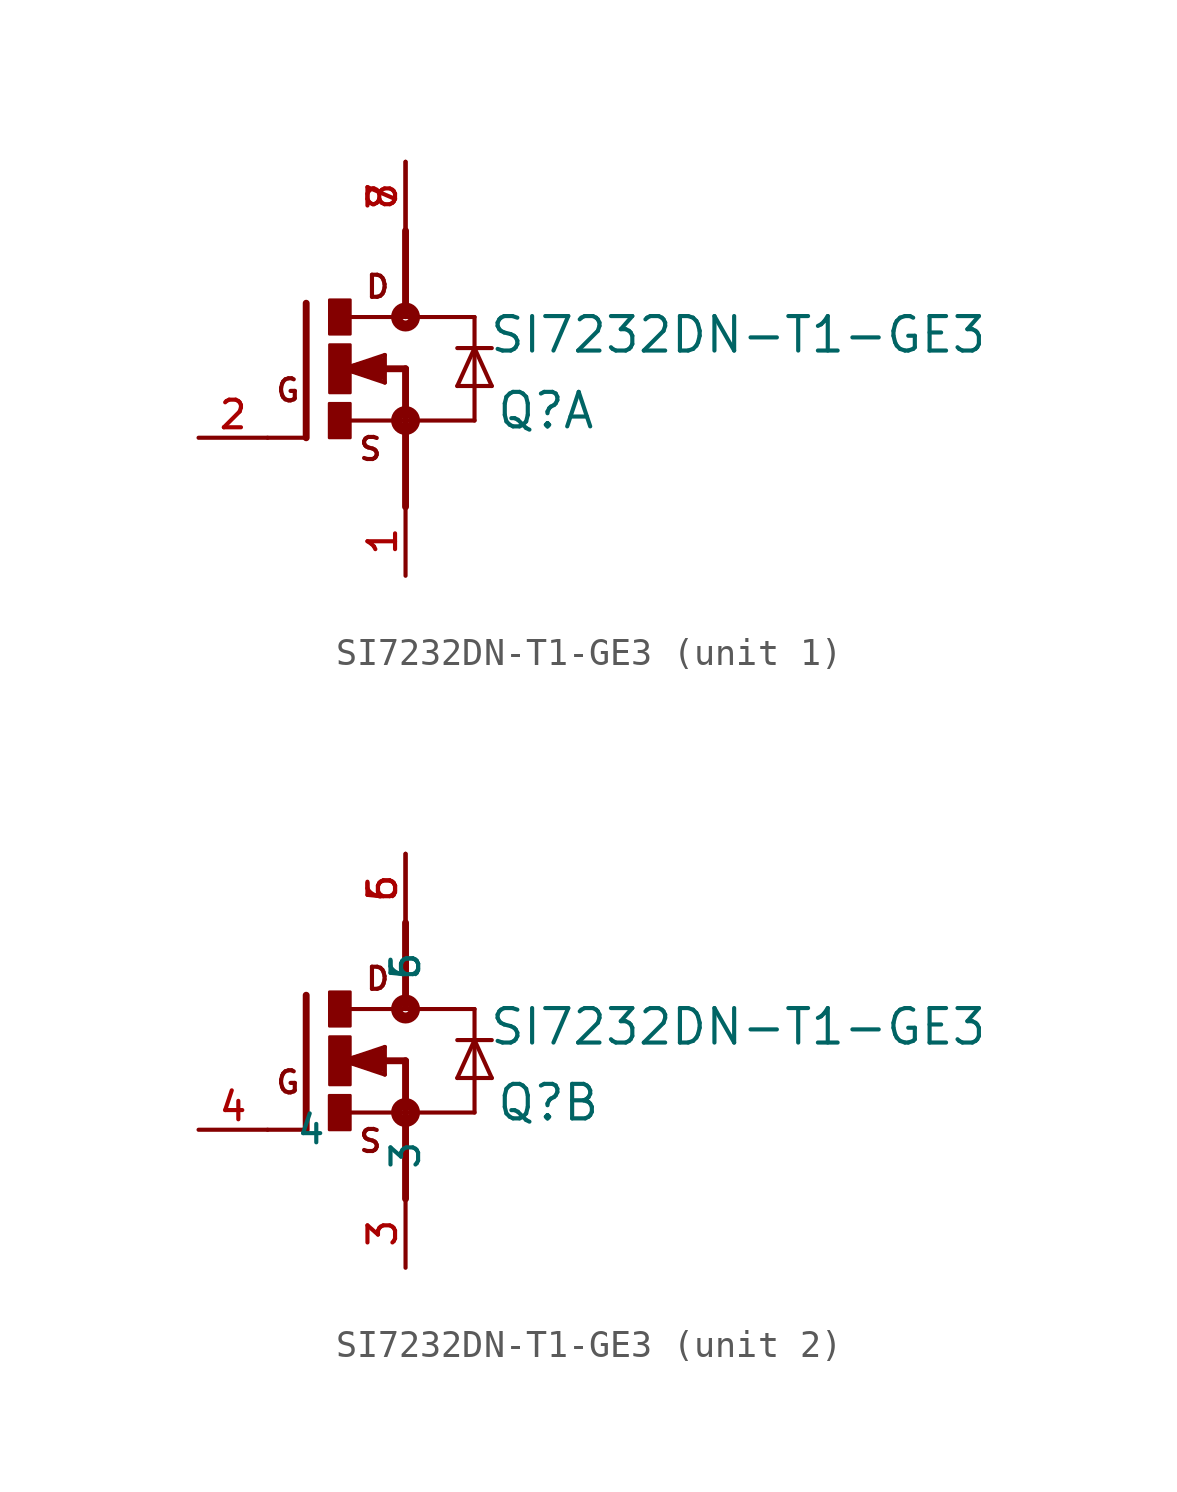
<source format=kicad_sym>
(kicad_symbol_lib
  (version 20231120)
  (generator "kicad_symbol_editor")
  (generator_version "8.0")
  (symbol "SI7232DN-T1-GE3"
    (pin_names
      (offset 1.016))
    (property "Reference" "Q"
      (at -4.308 -2.284 0)
      (effects (font (size 1.27 1.27)) (justify left bottom)))
    (property "Value" "SI7232DN-T1-GE3"
      (at -4.572 0.508 0)
      (effects (font (size 1.27 1.27)) (justify left bottom)))
    (property "ki_locked" ""
      (at 0 0 0)
      (effects (font (size 1.27 1.27))))
    (symbol "SI7232DN-T1-GE3_0_0"
      (rectangle (start -10.432 -2.545) (end -9.652 -1.27) (stroke (width 0.1) (type default)) (fill (type outline)))
      (rectangle (start -10.425 1.271) (end -9.652 2.54) (stroke (width 0.1) (type default)) (fill (type outline)))
      (rectangle (start -10.42 -0.889) (end -9.652 0.889) (stroke (width 0.1) (type default)) (fill (type outline)))
      (circle (center -7.62 -1.905) (radius 0.127) (stroke (width 0.406) (type default)) (fill (type none)))
      (circle (center -7.62 1.905) (radius 0.127) (stroke (width 0.406) (type default)) (fill (type none)))
      (polyline (pts (xy -11.278 -2.54) (xy -12.7 -2.54)) (stroke (width 0.152) (type default)) (fill (type none)))
      (polyline (pts (xy -11.278 2.413) (xy -11.278 -2.54)) (stroke (width 0.254) (type default)) (fill (type none)))
      (polyline (pts (xy -9.906 0) (xy -8.382 -0.508)) (stroke (width 0.152) (type default)) (fill (type none)))
      (polyline (pts (xy -9.652 -1.905) (xy -7.62 -1.905)) (stroke (width 0.152) (type default)) (fill (type none)))
      (polyline (pts (xy -9.652 0) (xy -9.906 0)) (stroke (width 0.254) (type default)) (fill (type none)))
      (polyline (pts (xy -9.652 0) (xy -8.509 -0.254)) (stroke (width 0.305) (type default)) (fill (type none)))
      (polyline (pts (xy -9.525 0) (xy -9.652 0)) (stroke (width 0.254) (type default)) (fill (type none)))
      (polyline (pts (xy -8.763 0.254) (xy -9.652 0)) (stroke (width 0.305) (type default)) (fill (type none)))
      (polyline (pts (xy -8.509 -0.254) (xy -8.509 0.254)) (stroke (width 0.305) (type default)) (fill (type none)))
      (polyline (pts (xy -8.509 0.254) (xy -9.906 0)) (stroke (width 0.152) (type default)) (fill (type none)))
      (polyline (pts (xy -8.509 0.254) (xy -9.525 0)) (stroke (width 0.305) (type default)) (fill (type none)))
      (polyline (pts (xy -8.382 -0.508) (xy -8.382 0)) (stroke (width 0.152) (type default)) (fill (type none)))
      (polyline (pts (xy -8.382 0) (xy -9.525 0)) (stroke (width 0.254) (type default)) (fill (type none)))
      (polyline (pts (xy -8.382 0) (xy -8.382 0.508)) (stroke (width 0.152) (type default)) (fill (type none)))
      (polyline (pts (xy -8.382 0) (xy -7.62 0)) (stroke (width 0.254) (type default)) (fill (type none)))
      (polyline (pts (xy -8.382 0.508) (xy -9.906 0)) (stroke (width 0.152) (type default)) (fill (type none)))
      (polyline (pts (xy -7.62 -5.08) (xy -7.62 -2.032)) (stroke (width 0.254) (type default)) (fill (type none)))
      (polyline (pts (xy -7.62 -1.905) (xy -7.62 -2.032)) (stroke (width 0.152) (type default)) (fill (type none)))
      (polyline (pts (xy -7.62 0) (xy -7.62 -1.778)) (stroke (width 0.254) (type default)) (fill (type none)))
      (polyline (pts (xy -7.62 1.905) (xy -9.627 1.905)) (stroke (width 0.152) (type default)) (fill (type none)))
      (polyline (pts (xy -7.62 1.905) (xy -5.08 1.905)) (stroke (width 0.152) (type default)) (fill (type none)))
      (polyline (pts (xy -7.62 2.032) (xy -7.62 1.905)) (stroke (width 0.152) (type default)) (fill (type none)))
      (polyline (pts (xy -7.62 5.08) (xy -7.62 2.032)) (stroke (width 0.254) (type default)) (fill (type none)))
      (polyline (pts (xy -5.715 -0.635) (xy -4.445 -0.635)) (stroke (width 0.152) (type default)) (fill (type none)))
      (polyline (pts (xy -5.715 0.762) (xy -5.08 0.762)) (stroke (width 0.152) (type default)) (fill (type none)))
      (polyline (pts (xy -5.08 -1.905) (xy -7.62 -1.905)) (stroke (width 0.152) (type default)) (fill (type none)))
      (polyline (pts (xy -5.08 0.762) (xy -5.715 -0.635)) (stroke (width 0.152) (type default)) (fill (type none)))
      (polyline (pts (xy -5.08 0.762) (xy -5.08 -1.905)) (stroke (width 0.152) (type default)) (fill (type none)))
      (polyline (pts (xy -5.08 0.762) (xy -4.445 0.762)) (stroke (width 0.152) (type default)) (fill (type none)))
      (polyline (pts (xy -5.08 1.905) (xy -5.08 0.762)) (stroke (width 0.152) (type default)) (fill (type none)))
      (polyline (pts (xy -4.445 -0.635) (xy -5.08 0.762)) (stroke (width 0.152) (type default)) (fill (type none)))
      (text "D" (at -9.15 2.542 0) (effects (font (size 0.813 0.813)) (justify left bottom)))
      (text "G" (at -12.457 -1.271 0) (effects (font (size 0.814 0.814)) (justify left bottom)))
      (text "S" (at -9.401 -3.43 0) (effects (font (size 0.813 0.813)) (justify left bottom))))
    (symbol "SI7232DN-T1-GE3_1_1"
      (pin passive line (at -7.62 -7.62 90) (length 2.54) (name "~" (effects (font (size 1.016 1.016)))) (number "1" (effects (font (size 1.016 1.016)))))
      (pin passive line (at -15.24 -2.54 0) (length 2.54) (name "~" (effects (font (size 1.016 1.016)))) (number "2" (effects (font (size 1.016 1.016)))))
      (pin passive line (at -7.62 7.62 270) (length 2.54) (name "~" (effects (font (size 1.016 1.016)))) (number "7" (effects (font (size 1.016 1.016)))))
      (pin passive line (at -7.62 7.62 270) (length 2.54) (name "~" (effects (font (size 1.016 1.016)))) (number "8" (effects (font (size 1.016 1.016))))))
    (symbol "SI7232DN-T1-GE3_2_1"
      (pin passive line (at -7.62 -7.62 90) (length 2.54) (name "3" (effects (font (size 1.016 1.016)))) (number "3" (effects (font (size 1.016 1.016)))))
      (pin passive line (at -15.24 -2.54 0) (length 2.54) (name "4" (effects (font (size 1.016 1.016)))) (number "4" (effects (font (size 1.016 1.016)))))
      (pin passive line (at -7.62 7.62 270) (length 2.54) (name "5" (effects (font (size 1.016 1.016)))) (number "5" (effects (font (size 1.016 1.016)))))
      (pin passive line (at -7.62 7.62 270) (length 2.54) (name "6" (effects (font (size 1.016 1.016)))) (number "6" (effects (font (size 1.016 1.016))))))))
</source>
